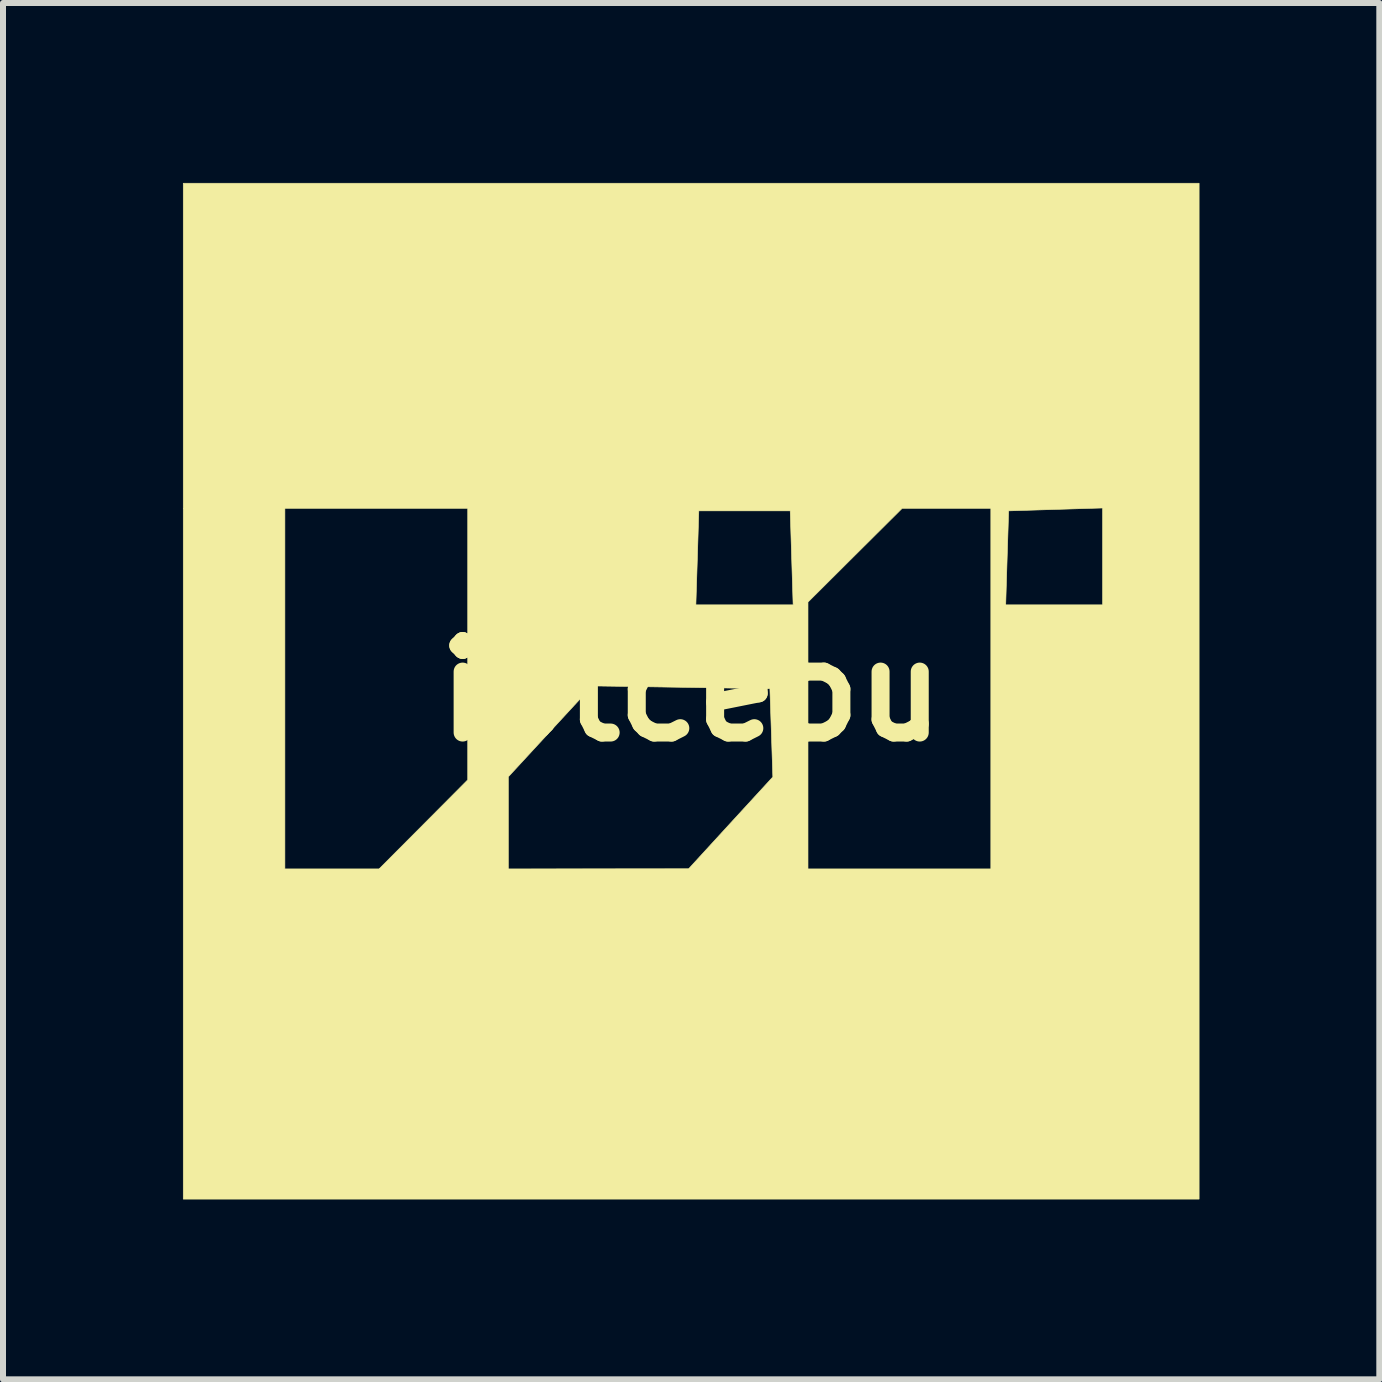
<source format=kicad_pcb>
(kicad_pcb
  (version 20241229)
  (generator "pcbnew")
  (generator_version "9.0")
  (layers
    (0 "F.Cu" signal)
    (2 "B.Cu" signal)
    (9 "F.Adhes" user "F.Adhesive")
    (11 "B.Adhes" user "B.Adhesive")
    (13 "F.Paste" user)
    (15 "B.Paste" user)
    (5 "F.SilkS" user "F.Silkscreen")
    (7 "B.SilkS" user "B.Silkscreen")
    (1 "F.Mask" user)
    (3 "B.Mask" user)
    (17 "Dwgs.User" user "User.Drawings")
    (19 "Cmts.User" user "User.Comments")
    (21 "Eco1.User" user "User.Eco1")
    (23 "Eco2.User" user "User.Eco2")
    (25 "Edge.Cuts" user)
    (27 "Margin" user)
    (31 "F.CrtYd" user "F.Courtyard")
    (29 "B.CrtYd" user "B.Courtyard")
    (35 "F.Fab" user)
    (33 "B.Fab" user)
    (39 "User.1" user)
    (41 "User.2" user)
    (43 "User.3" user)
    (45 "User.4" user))
  (footprint "iotcebu"
    (layer "F.Cu")
    (at 8.472 8.472)
    (property "Reference" "iotcebu" (at 0 0 0) (layer "F.SilkS") (effects (font (size 1.524 1.524) (thickness 0.3))))
    (attr through_hole)
    (fp_poly (pts (xy 8.467 8.467) (xy -8.467 8.467) (xy -8.467 -3.048) (xy -6.773 -3.048) (xy -6.773 2.963) (xy -5.203 2.963) (xy -4.464 2.221) (xy -3.725 1.478) (xy -3.725 1.427) (xy -3.048 1.427) (xy -3.048 2.963) (xy -1.545 2.961) (xy -0.042 2.96) (xy 0.659 2.195) (xy 1.361 1.43) (xy 1.337 0.694) (xy 1.312 -0.042) (xy -0.169 -0.065) (xy -1.651 -0.088) (xy -3.048 1.427) (xy -3.725 1.427) (xy -3.725 -1.439) (xy 0.078 -1.439) (xy 1.7 -1.439) (xy 1.698 -1.485) (xy 1.947 -1.485) (xy 1.947 2.963) (xy 4.995 2.963) (xy 4.995 -1.439) (xy 5.243 -1.439) (xy 6.858 -1.439) (xy 6.858 -3.054) (xy 6.075 -3.03) (xy 5.292 -3.006) (xy 5.267 -2.223) (xy 5.243 -1.439) (xy 4.995 -1.439) (xy 4.995 -3.048) (xy 3.517 -3.048) (xy 2.732 -2.267) (xy 1.947 -1.485) (xy 1.698 -1.485) (xy 1.675 -2.223) (xy 1.651 -3.006) (xy 0.127 -3.006) (xy 0.103 -2.223) (xy 0.078 -1.439) (xy -3.725 -1.439) (xy -3.725 -3.048) (xy -6.773 -3.048) (xy -8.467 -3.048) (xy -8.467 -8.467) (xy 8.467 -8.467) (xy 8.467 8.467)) (stroke (width 0.01) (type solid)) (fill yes) (layer "F.SilkS")))
  (gr_rect
    (start -3 -3)
    (end 19.943 19.943)
    (stroke (width 0.1) (type default))
    (fill no)
    (layer "Edge.Cuts")))
</source>
